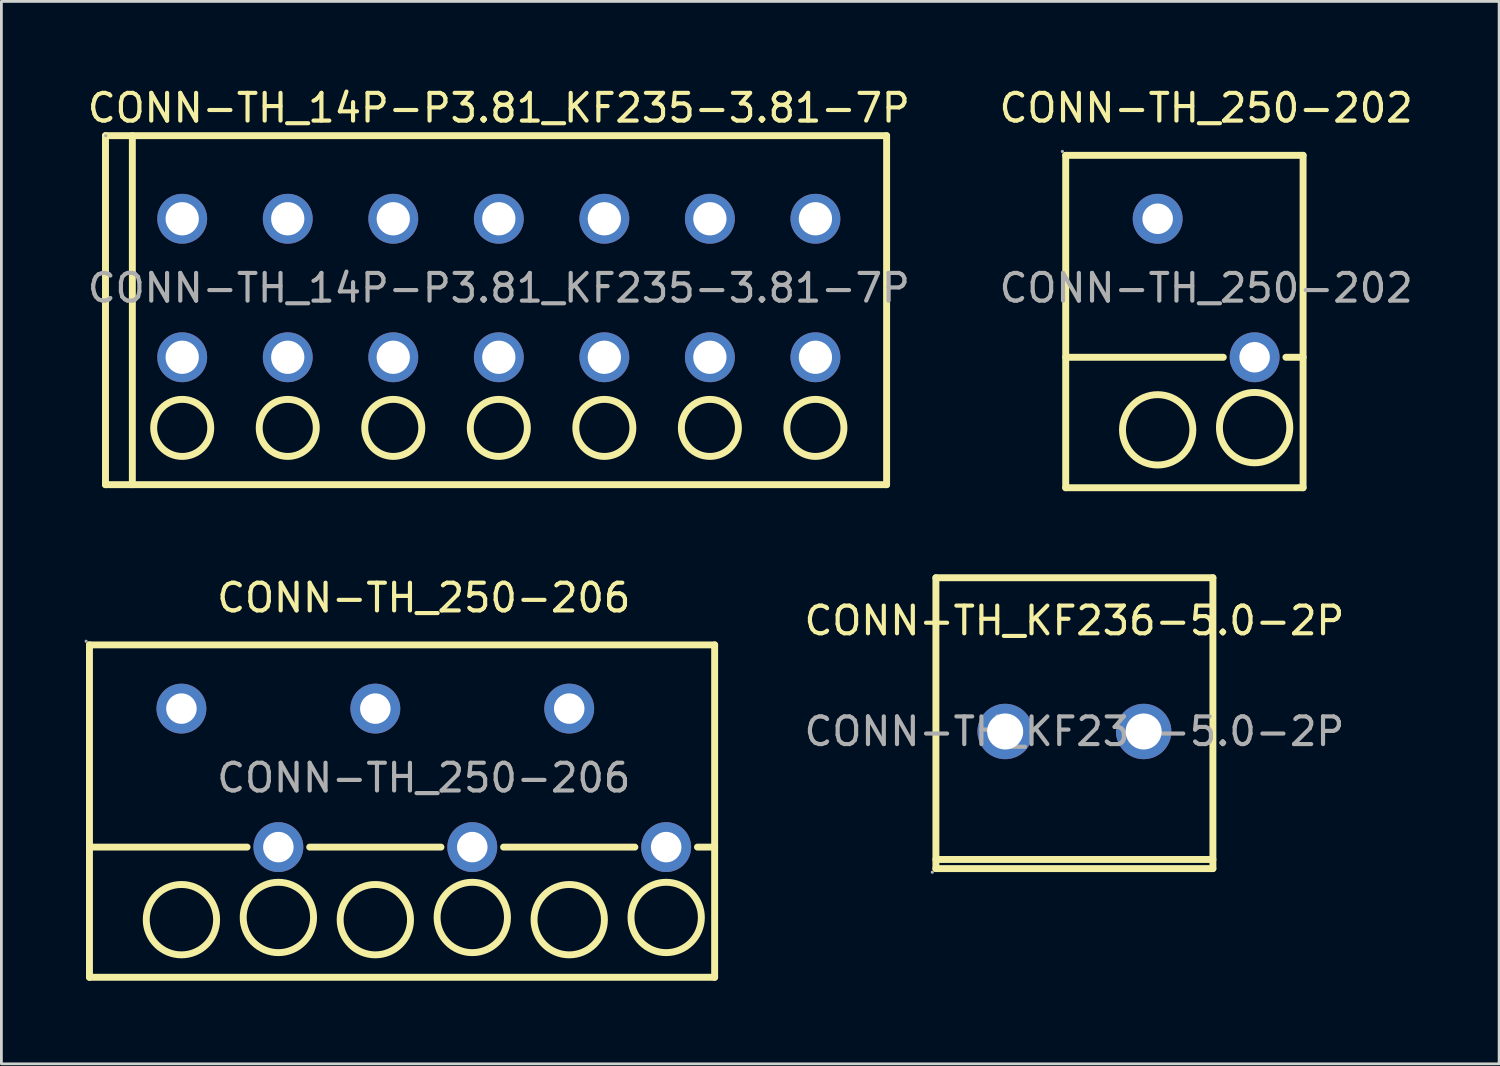
<source format=kicad_pcb>
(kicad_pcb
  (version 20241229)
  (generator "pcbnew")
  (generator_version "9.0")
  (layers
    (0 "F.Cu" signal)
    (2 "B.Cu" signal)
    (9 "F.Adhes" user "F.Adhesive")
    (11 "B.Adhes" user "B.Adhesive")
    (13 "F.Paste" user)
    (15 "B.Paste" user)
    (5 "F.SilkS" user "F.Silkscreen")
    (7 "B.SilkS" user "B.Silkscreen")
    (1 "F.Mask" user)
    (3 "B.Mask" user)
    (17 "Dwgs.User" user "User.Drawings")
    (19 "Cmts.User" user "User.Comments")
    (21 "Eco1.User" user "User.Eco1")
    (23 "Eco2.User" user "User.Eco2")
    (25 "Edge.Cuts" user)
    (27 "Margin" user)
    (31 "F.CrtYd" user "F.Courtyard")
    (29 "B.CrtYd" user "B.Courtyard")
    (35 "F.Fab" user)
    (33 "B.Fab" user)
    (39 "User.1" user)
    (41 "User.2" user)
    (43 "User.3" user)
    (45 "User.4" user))
  (footprint "CONN-TH_250-206"
    (layer "F.Cu")
    (at 12.25 25.032)
    (property "Reference" "CONN-TH_250-206" (at 0 -6.5 0) (layer "F.SilkS") (effects (font (size 1 1) (thickness 0.15))))
    (attr through_hole)
    (fp_line (start -12.07 -4.8) (end -12.07 7.2) (stroke (width 0.25) (type solid)) (layer "F.SilkS"))
    (fp_line (start -12.07 2.5) (end -6.38 2.5) (stroke (width 0.25) (type solid)) (layer "F.SilkS"))
    (fp_line (start -4.12 2.5) (end 0.62 2.5) (stroke (width 0.25) (type solid)) (layer "F.SilkS"))
    (fp_line (start 2.88 2.5) (end 7.62 2.5) (stroke (width 0.25) (type solid)) (layer "F.SilkS"))
    (fp_line (start 9.88 2.5) (end 10.5 2.5) (stroke (width 0.25) (type solid)) (layer "F.SilkS"))
    (fp_line (start 10.5 -4.8) (end -12.07 -4.8) (stroke (width 0.25) (type solid)) (layer "F.SilkS"))
    (fp_line (start 10.5 -4.8) (end 10.5 7.2) (stroke (width 0.25) (type solid)) (layer "F.SilkS"))
    (fp_line (start 10.5 7.2) (end -12.07 7.2) (stroke (width 0.25) (type solid)) (layer "F.SilkS"))
    (fp_circle (center -8.75 5.12) (end -7.48 5.12) (stroke (width 0.25) (type solid)) (fill no) (layer "F.SilkS"))
    (fp_circle (center -5.25 5.04) (end -3.98 5.04) (stroke (width 0.25) (type solid)) (fill no) (layer "F.SilkS"))
    (fp_circle (center -1.75 5.12) (end -0.48 5.12) (stroke (width 0.25) (type solid)) (fill no) (layer "F.SilkS"))
    (fp_circle (center 1.75 5.04) (end 3.02 5.04) (stroke (width 0.25) (type solid)) (fill no) (layer "F.SilkS"))
    (fp_circle (center 5.25 5.12) (end 6.52 5.12) (stroke (width 0.25) (type solid)) (fill no) (layer "F.SilkS"))
    (fp_circle (center 8.75 5.04) (end 10.02 5.04) (stroke (width 0.25) (type solid)) (fill no) (layer "F.SilkS"))
    (fp_circle (center -12.19 -4.93) (end -12.16 -4.93) (stroke (width 0.06) (type solid)) (fill no) (layer "F.Fab"))
    (fp_circle (center -8.75 -2.5) (end -8.52 -2.5) (stroke (width 0.45) (type solid)) (fill no) (layer "F.Fab"))
    (fp_circle (center -5.25 2.5) (end -5.02 2.5) (stroke (width 0.45) (type solid)) (fill no) (layer "F.Fab"))
    (fp_circle (center -1.75 -2.5) (end -1.52 -2.5) (stroke (width 0.45) (type solid)) (fill no) (layer "F.Fab"))
    (fp_circle (center 1.75 2.5) (end 1.98 2.5) (stroke (width 0.45) (type solid)) (fill no) (layer "F.Fab"))
    (fp_circle (center 5.25 -2.5) (end 5.48 -2.5) (stroke (width 0.45) (type solid)) (fill no) (layer "F.Fab"))
    (fp_circle (center 8.75 2.5) (end 8.98 2.5) (stroke (width 0.45) (type solid)) (fill no) (layer "F.Fab"))
    (fp_text user "${REFERENCE}" (at 0 0 0) (layer "F.Fab") (effects (font (size 1 1) (thickness 0.15))))
    (pad "1" thru_hole circle (at -8.75 -2.5) (size 1.8 1.8) (drill 1.1) (layers "*.Cu" "*.Mask"))
    (pad "2" thru_hole circle (at -5.25 2.5) (size 1.8 1.8) (drill 1.1) (layers "*.Cu" "*.Mask"))
    (pad "3" thru_hole circle (at -1.75 -2.5) (size 1.8 1.8) (drill 1.1) (layers "*.Cu" "*.Mask"))
    (pad "4" thru_hole circle (at 1.75 2.5) (size 1.8 1.8) (drill 1.1) (layers "*.Cu" "*.Mask"))
    (pad "5" thru_hole circle (at 5.25 -2.5) (size 1.8 1.8) (drill 1.1) (layers "*.Cu" "*.Mask"))
    (pad "6" thru_hole circle (at 8.75 2.5) (size 1.8 1.8) (drill 1.1) (layers "*.Cu" "*.Mask")))
  (footprint "CONN-TH_250-202"
    (layer "F.Cu")
    (at 40.494 7.348)
    (property "Reference" "CONN-TH_250-202" (at 0 -6.5 0) (layer "F.SilkS") (effects (font (size 1 1) (thickness 0.15))))
    (attr through_hole)
    (fp_line (start -5.07 -4.79) (end -5.07 7.21) (stroke (width 0.25) (type solid)) (layer "F.SilkS"))
    (fp_line (start -5.07 2.5) (end 0.62 2.5) (stroke (width 0.25) (type solid)) (layer "F.SilkS"))
    (fp_line (start 2.88 2.5) (end 3.5 2.5) (stroke (width 0.25) (type solid)) (layer "F.SilkS"))
    (fp_line (start 3.5 -4.79) (end -5.07 -4.79) (stroke (width 0.25) (type solid)) (layer "F.SilkS"))
    (fp_line (start 3.5 -4.79) (end 3.5 7.21) (stroke (width 0.25) (type solid)) (layer "F.SilkS"))
    (fp_line (start 3.5 7.21) (end -5.07 7.21) (stroke (width 0.25) (type solid)) (layer "F.SilkS"))
    (fp_circle (center -1.75 5.12) (end -0.48 5.12) (stroke (width 0.25) (type solid)) (fill no) (layer "F.SilkS"))
    (fp_circle (center 1.75 5.04) (end 3.02 5.04) (stroke (width 0.25) (type solid)) (fill no) (layer "F.SilkS"))
    (fp_circle (center -5.19 -4.93) (end -5.16 -4.93) (stroke (width 0.06) (type solid)) (fill no) (layer "F.Fab"))
    (fp_circle (center -1.75 -2.5) (end -1.52 -2.5) (stroke (width 0.45) (type solid)) (fill no) (layer "F.Fab"))
    (fp_circle (center 1.75 2.5) (end 1.98 2.5) (stroke (width 0.45) (type solid)) (fill no) (layer "F.Fab"))
    (fp_text user "${REFERENCE}" (at 0 0 0) (layer "F.Fab") (effects (font (size 1 1) (thickness 0.15))))
    (pad "1" thru_hole circle (at -1.75 -2.5) (size 1.8 1.8) (drill 1.1) (layers "*.Cu" "*.Mask"))
    (pad "2" thru_hole circle (at 1.75 2.5) (size 1.8 1.8) (drill 1.1) (layers "*.Cu" "*.Mask")))
  (footprint "CONN-TH_14P-P3.81_KF235-3.81-7P"
    (layer "F.Cu")
    (at 14.958 7.348)
    (property "Reference" "CONN-TH_14P-P3.81_KF235-3.81-7P" (at 0 -6.5 0) (layer "F.SilkS") (effects (font (size 1 1) (thickness 0.15))))
    (attr through_hole)
    (fp_line (start -14.2 -5.5) (end 14 -5.5) (stroke (width 0.25) (type solid)) (layer "F.SilkS"))
    (fp_line (start -14.2 7.1) (end -14.2 -5.5) (stroke (width 0.25) (type solid)) (layer "F.SilkS"))
    (fp_line (start -13.23 -5.5) (end -13.23 7.1) (stroke (width 0.25) (type solid)) (layer "F.SilkS"))
    (fp_line (start 14 -5.5) (end 14 7.1) (stroke (width 0.25) (type solid)) (layer "F.SilkS"))
    (fp_line (start 14 7.1) (end -14.2 7.1) (stroke (width 0.25) (type solid)) (layer "F.SilkS"))
    (fp_circle (center -11.43 5.05) (end -10.4 5.05) (stroke (width 0.25) (type solid)) (fill no) (layer "F.SilkS"))
    (fp_circle (center -7.62 5.05) (end -6.59 5.05) (stroke (width 0.25) (type solid)) (fill no) (layer "F.SilkS"))
    (fp_circle (center -3.81 5.05) (end -2.78 5.05) (stroke (width 0.25) (type solid)) (fill no) (layer "F.SilkS"))
    (fp_circle (center 0 5.05) (end 1.03 5.05) (stroke (width 0.25) (type solid)) (fill no) (layer "F.SilkS"))
    (fp_circle (center 3.81 5.05) (end 4.84 5.05) (stroke (width 0.25) (type solid)) (fill no) (layer "F.SilkS"))
    (fp_circle (center 7.62 5.05) (end 8.65 5.05) (stroke (width 0.25) (type solid)) (fill no) (layer "F.SilkS"))
    (fp_circle (center 11.43 5.05) (end 12.46 5.05) (stroke (width 0.25) (type solid)) (fill no) (layer "F.SilkS"))
    (fp_circle (center -14.19 -5.5) (end -14.16 -5.5) (stroke (width 0.06) (type solid)) (fill no) (layer "F.Fab"))
    (fp_text user "${REFERENCE}" (at 0 0 0) (layer "F.Fab") (effects (font (size 1 1) (thickness 0.15))))
    (pad "1" thru_hole circle (at -11.43 -2.5) (size 1.8 1.8) (drill 1.2) (layers "*.Cu" "*.Mask"))
    (pad "2" thru_hole circle (at -7.62 -2.5) (size 1.8 1.8) (drill 1.2) (layers "*.Cu" "*.Mask"))
    (pad "3" thru_hole circle (at -3.81 -2.5) (size 1.8 1.8) (drill 1.2) (layers "*.Cu" "*.Mask"))
    (pad "4" thru_hole circle (at 0 -2.5) (size 1.8 1.8) (drill 1.2) (layers "*.Cu" "*.Mask"))
    (pad "5" thru_hole circle (at 3.81 -2.5) (size 1.8 1.8) (drill 1.2) (layers "*.Cu" "*.Mask"))
    (pad "6" thru_hole circle (at 7.62 -2.5) (size 1.8 1.8) (drill 1.2) (layers "*.Cu" "*.Mask"))
    (pad "7" thru_hole circle (at 11.43 -2.5) (size 1.8 1.8) (drill 1.2) (layers "*.Cu" "*.Mask"))
    (pad "8" thru_hole circle (at -11.43 2.5) (size 1.8 1.8) (drill 1.2) (layers "*.Cu" "*.Mask"))
    (pad "9" thru_hole circle (at -7.62 2.5) (size 1.8 1.8) (drill 1.2) (layers "*.Cu" "*.Mask"))
    (pad "10" thru_hole circle (at -3.81 2.5) (size 1.8 1.8) (drill 1.2) (layers "*.Cu" "*.Mask"))
    (pad "11" thru_hole circle (at 0 2.5) (size 1.8 1.8) (drill 1.2) (layers "*.Cu" "*.Mask"))
    (pad "12" thru_hole circle (at 3.81 2.5) (size 1.8 1.8) (drill 1.2) (layers "*.Cu" "*.Mask"))
    (pad "13" thru_hole circle (at 7.62 2.5 180) (size 1.8 1.8) (drill 1.2) (layers "*.Cu" "*.Mask"))
    (pad "14" thru_hole circle (at 11.43 2.5 180) (size 1.8 1.8) (drill 1.2) (layers "*.Cu" "*.Mask")))
  (footprint "CONN-TH_KF236-5.0-2P"
    (layer "F.Cu")
    (at 35.738 23.358)
    (property "Reference" "CONN-TH_KF236-5.0-2P" (at 0 -4 0) (layer "F.SilkS") (effects (font (size 1 1) (thickness 0.15))))
    (attr through_hole)
    (fp_line (start -5 -5.55) (end 5 -5.55) (stroke (width 0.25) (type solid)) (layer "F.SilkS"))
    (fp_line (start -5 4.62) (end 5 4.62) (stroke (width 0.25) (type solid)) (layer "F.SilkS"))
    (fp_line (start -5 4.95) (end -5 -5.55) (stroke (width 0.25) (type solid)) (layer "F.SilkS"))
    (fp_line (start -5 4.95) (end 5 4.95) (stroke (width 0.25) (type solid)) (layer "F.SilkS"))
    (fp_line (start 5 4.95) (end 5 -5.55) (stroke (width 0.25) (type solid)) (layer "F.SilkS"))
    (fp_circle (center -5.13 5.08) (end -5.1 5.08) (stroke (width 0.06) (type solid)) (fill no) (layer "F.Fab"))
    (fp_circle (center -2.5 0) (end -2.22 0) (stroke (width 0.55) (type solid)) (fill no) (layer "F.Fab"))
    (fp_circle (center 2.5 0) (end 2.78 0) (stroke (width 0.55) (type solid)) (fill no) (layer "F.Fab"))
    (fp_text user "${REFERENCE}" (at 0 0 0) (layer "F.Fab") (effects (font (size 1 1) (thickness 0.15))))
    (pad "1" thru_hole circle (at -2.5 0) (size 2 2) (drill 1.3) (layers "*.Cu" "*.Mask"))
    (pad "2" thru_hole circle (at 2.5 0) (size 2 2) (drill 1.3) (layers "*.Cu" "*.Mask")))
  (gr_rect
    (start -3 -3)
    (end 51.071 35.356)
    (stroke (width 0.1) (type default))
    (fill no)
    (layer "Edge.Cuts")))
</source>
